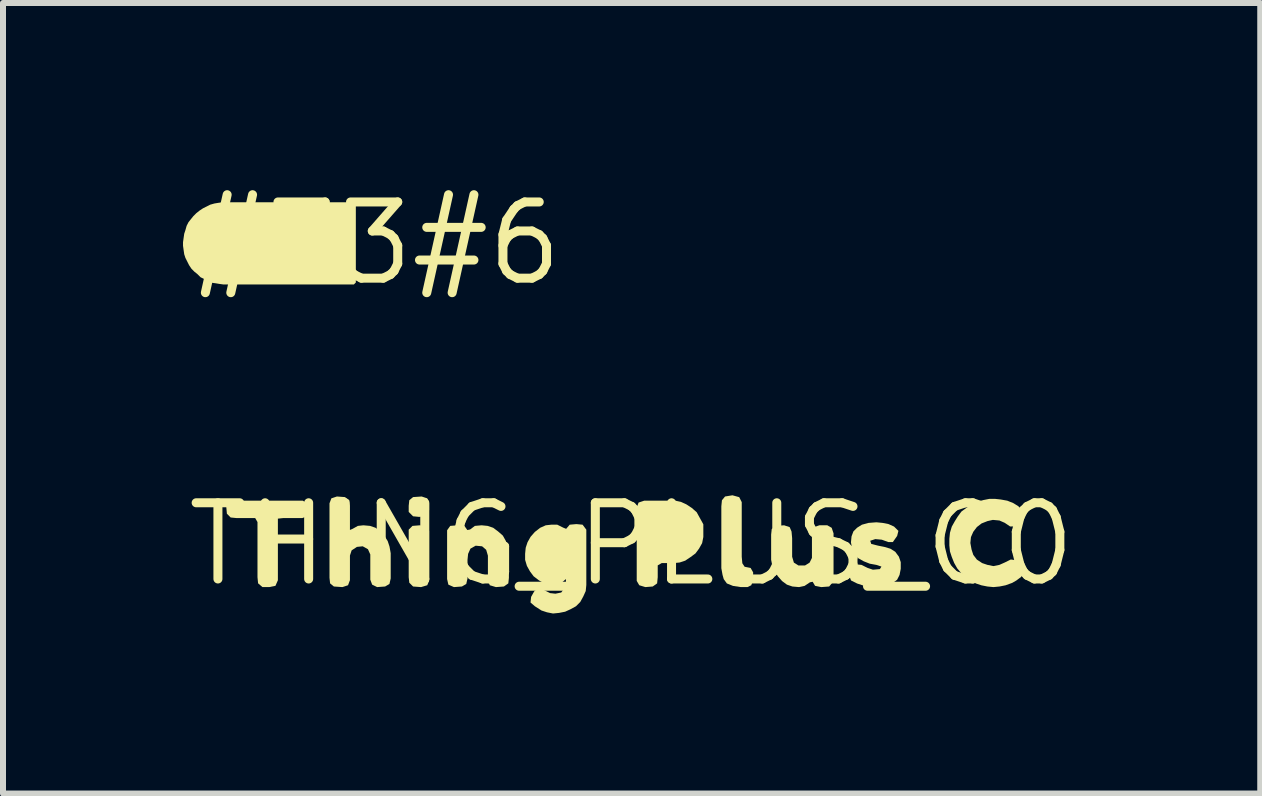
<source format=kicad_pcb>
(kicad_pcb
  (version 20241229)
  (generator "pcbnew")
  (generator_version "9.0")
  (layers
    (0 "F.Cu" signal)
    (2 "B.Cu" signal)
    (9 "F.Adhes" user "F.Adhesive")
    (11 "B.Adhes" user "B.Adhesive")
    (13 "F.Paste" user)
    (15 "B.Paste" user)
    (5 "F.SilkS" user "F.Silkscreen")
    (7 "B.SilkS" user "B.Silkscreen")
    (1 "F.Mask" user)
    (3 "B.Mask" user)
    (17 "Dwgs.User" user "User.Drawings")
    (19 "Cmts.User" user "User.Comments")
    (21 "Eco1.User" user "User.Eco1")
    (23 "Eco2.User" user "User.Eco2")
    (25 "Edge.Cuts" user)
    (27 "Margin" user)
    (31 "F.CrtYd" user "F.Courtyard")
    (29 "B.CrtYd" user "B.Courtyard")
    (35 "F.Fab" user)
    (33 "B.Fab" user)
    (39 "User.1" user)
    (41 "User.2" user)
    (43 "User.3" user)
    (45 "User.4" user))
  (footprint "THING_PLUS_C0"
    (layer "F.Cu")
    (at 7.476 6.019)
    (property "Reference" "THING_PLUS_C0" (at 0 0 0) (layer "F.SilkS") (effects (font (size 1.27 1.27) (thickness 0.15))))
    (fp_poly (pts (xy -3.417 -0.295) (xy -3.375 -0.221) (xy -3.375 0.611) (xy -3.406 0.684) (xy -3.509 0.715) (xy -3.642 0.705) (xy -3.705 0.642) (xy -3.715 0.55) (xy -3.715 -0.242) (xy -3.652 -0.305) (xy -3.53 -0.315)) (stroke (width 0) (type default)) (fill yes) (layer "F.SilkS"))
    (fp_poly (pts (xy -3.406 -0.764) (xy -3.375 -0.681) (xy -3.375 -0.569) (xy -3.406 -0.476) (xy -3.439 -0.465) (xy -3.54 -0.455) (xy -3.642 -0.465) (xy -3.715 -0.538) (xy -3.715 -0.64) (xy -3.705 -0.733) (xy -3.642 -0.785) (xy -3.499 -0.795)) (stroke (width 0) (type default)) (fill yes) (layer "F.SilkS"))
    (fp_poly (pts (xy 1.793 -0.784) (xy 1.835 -0.701) (xy 1.835 0.21) (xy 1.845 0.318) (xy 1.883 0.376) (xy 1.983 0.396) (xy 2.025 0.469) (xy 2.025 0.601) (xy 1.994 0.684) (xy 1.931 0.715) (xy 1.82 0.715) (xy 1.689 0.695) (xy 1.587 0.654) (xy 1.535 0.582) (xy 1.515 0.511) (xy 1.495 0.4) (xy 1.495 -0.63) (xy 1.505 -0.732) (xy 1.557 -0.795) (xy 1.68 -0.815)) (stroke (width 0) (type default)) (fill yes) (layer "F.SilkS"))
    (fp_poly (pts (xy -5.395 -0.673) (xy -5.385 -0.57) (xy -5.406 -0.466) (xy -5.489 -0.435) (xy -5.81 -0.435) (xy -5.895 -0.426) (xy -5.895 0.601) (xy -5.936 0.694) (xy -6.04 0.715) (xy -6.152 0.715) (xy -6.225 0.652) (xy -6.235 0.55) (xy -6.235 -0.369) (xy -6.273 -0.435) (xy -6.58 -0.435) (xy -6.682 -0.445) (xy -6.745 -0.508) (xy -6.755 -0.621) (xy -6.713 -0.704) (xy -6.61 -0.725) (xy -5.479 -0.725)) (stroke (width 0) (type default)) (fill yes) (layer "F.SilkS"))
    (fp_poly (pts (xy 0.822 -0.705) (xy 0.912 -0.664) (xy 1.003 -0.604) (xy 1.084 -0.533) (xy 1.134 -0.442) (xy 1.184 -0.352) (xy 1.195 -0.331) (xy 1.195 -0.12) (xy 1.175 -0.018) (xy 1.124 0.073) (xy 1.064 0.154) (xy 0.983 0.214) (xy 0.896 0.272) (xy 0.897 0.273) (xy 0.892 0.275) (xy 0.888 0.277) (xy 0.887 0.276) (xy 0.801 0.305) (xy 0.7 0.315) (xy 0.501 0.315) (xy 0.435 0.353) (xy 0.435 0.55) (xy 0.425 0.653) (xy 0.352 0.705) (xy 0.229 0.715) (xy 0.127 0.684) (xy 0.085 0.611) (xy 0.085 -0.611) (xy 0.116 -0.694) (xy 0.209 -0.725) (xy 0.731 -0.725)) (stroke (width 0) (type default)) (fill yes) (layer "F.SilkS"))
    (fp_poly (pts (xy -2.399 -0.305) (xy -2.308 -0.274) (xy -2.227 -0.214) (xy -2.146 -0.143) (xy -2.095 -0.052) (xy -2.065 0.039) (xy -2.045 0.14) (xy -2.045 0.56) (xy -2.055 0.653) (xy -2.128 0.705) (xy -2.261 0.715) (xy -2.364 0.684) (xy -2.395 0.601) (xy -2.395 0.191) (xy -2.424 0.093) (xy -2.492 0.035) (xy -2.599 0.025) (xy -2.686 0.074) (xy -2.725 0.161) (xy -2.735 0.26) (xy -2.735 0.571) (xy -2.756 0.663) (xy -2.828 0.705) (xy -2.961 0.715) (xy -3.054 0.674) (xy -3.075 0.581) (xy -3.075 -0.232) (xy -3.023 -0.305) (xy -2.9 -0.315) (xy -2.787 -0.305) (xy -2.738 -0.236) (xy -2.692 -0.245) (xy -2.612 -0.305) (xy -2.5 -0.315)) (stroke (width 0) (type default)) (fill yes) (layer "F.SilkS"))
    (fp_poly (pts (xy -4.778 -0.785) (xy -4.705 -0.733) (xy -4.695 -0.64) (xy -4.695 -0.237) (xy -4.652 -0.255) (xy -4.562 -0.305) (xy -4.47 -0.315) (xy -4.359 -0.305) (xy -4.268 -0.274) (xy -4.187 -0.214) (xy -4.116 -0.133) (xy -4.065 -0.052) (xy -4.035 0.039) (xy -4.015 0.15) (xy -4.015 0.571) (xy -4.036 0.663) (xy -4.108 0.705) (xy -4.241 0.715) (xy -4.324 0.674) (xy -4.355 0.591) (xy -4.355 0.171) (xy -4.394 0.084) (xy -4.481 0.035) (xy -4.578 0.045) (xy -4.666 0.103) (xy -4.695 0.191) (xy -4.695 0.601) (xy -4.726 0.684) (xy -4.819 0.715) (xy -4.962 0.705) (xy -5.025 0.653) (xy -5.035 0.56) (xy -5.035 -0.681) (xy -5.004 -0.764) (xy -4.911 -0.795)) (stroke (width 0) (type default)) (fill yes) (layer "F.SilkS"))
    (fp_poly (pts (xy 2.634 -0.284) (xy 2.665 -0.211) (xy 2.675 -0.1) (xy 2.675 0.209) (xy 2.704 0.307) (xy 2.781 0.355) (xy 2.889 0.355) (xy 2.966 0.307) (xy 3.005 0.229) (xy 3.005 -0.191) (xy 3.036 -0.284) (xy 3.129 -0.315) (xy 3.261 -0.315) (xy 3.334 -0.273) (xy 3.365 -0.181) (xy 3.365 0.54) (xy 3.345 0.642) (xy 3.292 0.705) (xy 3.16 0.715) (xy 3.057 0.694) (xy 3.017 0.626) (xy 2.972 0.635) (xy 2.882 0.695) (xy 2.79 0.715) (xy 2.679 0.705) (xy 2.588 0.674) (xy 2.507 0.614) (xy 2.436 0.533) (xy 2.386 0.452) (xy 2.345 0.362) (xy 2.325 0.26) (xy 2.325 -0.16) (xy 2.335 -0.253) (xy 2.408 -0.305) (xy 2.541 -0.315)) (stroke (width 0) (type default)) (fill yes) (layer "F.SilkS"))
    (fp_poly (pts (xy -0.817 -0.325) (xy -0.755 -0.242) (xy -0.755 0.68) (xy -0.765 0.781) (xy -0.806 0.872) (xy -0.856 0.963) (xy -0.927 1.034) (xy -1.018 1.084) (xy -1.108 1.125) (xy -1.209 1.145) (xy -1.31 1.155) (xy -1.411 1.135) (xy -1.502 1.105) (xy -1.613 1.034) (xy -1.685 0.972) (xy -1.675 0.878) (xy -1.624 0.787) (xy -1.551 0.724) (xy -1.458 0.765) (xy -1.359 0.815) (xy -1.27 0.825) (xy -1.173 0.805) (xy -1.115 0.728) (xy -1.095 0.63) (xy -1.095 0.581) (xy -1.157 0.634) (xy -1.249 0.665) (xy -1.36 0.675) (xy -1.452 0.655) (xy -1.543 0.604) (xy -1.634 0.534) (xy -1.694 0.453) (xy -1.745 0.362) (xy -1.775 0.261) (xy -1.775 0.16) (xy -1.765 0.059) (xy -1.735 -0.032) (xy -1.684 -0.123) (xy -1.613 -0.204) (xy -1.523 -0.274) (xy -1.431 -0.315) (xy -1.34 -0.325) (xy -1.239 -0.325) (xy -1.138 -0.275) (xy -1.091 -0.256) (xy -1.032 -0.325) (xy -0.92 -0.335)) (stroke (width 0) (type default)) (fill yes) (layer "F.SilkS"))
    (fp_poly (pts (xy 4.181 -0.355) (xy 4.282 -0.335) (xy 4.373 -0.294) (xy 4.446 -0.222) (xy 4.425 -0.138) (xy 4.353 -0.035) (xy 4.279 -0.035) (xy 4.169 -0.075) (xy 4.061 -0.085) (xy 3.976 -0.057) (xy 3.994 -0.004) (xy 4.111 0.025) (xy 4.211 0.045) (xy 4.312 0.075) (xy 4.393 0.126) (xy 4.454 0.208) (xy 4.485 0.299) (xy 4.485 0.41) (xy 4.465 0.512) (xy 4.424 0.593) (xy 4.342 0.654) (xy 4.251 0.685) (xy 4.161 0.705) (xy 4.05 0.715) (xy 3.949 0.715) (xy 3.848 0.685) (xy 3.758 0.655) (xy 3.656 0.604) (xy 3.625 0.52) (xy 3.666 0.427) (xy 3.738 0.335) (xy 3.831 0.345) (xy 3.932 0.395) (xy 4.021 0.425) (xy 4.137 0.415) (xy 4.163 0.373) (xy 4.079 0.345) (xy 3.969 0.325) (xy 3.868 0.285) (xy 3.777 0.234) (xy 3.716 0.163) (xy 3.675 0.072) (xy 3.655 -0.03) (xy 3.665 -0.131) (xy 3.696 -0.213) (xy 3.757 -0.274) (xy 3.838 -0.325) (xy 3.949 -0.355) (xy 4.08 -0.365)) (stroke (width 0) (type default)) (fill yes) (layer "F.SilkS"))
    (fp_poly (pts (xy 6.151 -0.745) (xy 6.261 -0.725) (xy 6.362 -0.684) (xy 6.443 -0.634) (xy 6.515 -0.562) (xy 6.525 -0.469) (xy 6.464 -0.367) (xy 6.382 -0.295) (xy 6.308 -0.295) (xy 6.218 -0.356) (xy 6.129 -0.395) (xy 6.02 -0.405) (xy 5.931 -0.385) (xy 5.832 -0.346) (xy 5.754 -0.286) (xy 5.694 -0.207) (xy 5.655 -0.119) (xy 5.645 -0.02) (xy 5.665 0.089) (xy 5.694 0.178) (xy 5.753 0.256) (xy 5.842 0.315) (xy 5.931 0.345) (xy 6.03 0.365) (xy 6.128 0.345) (xy 6.218 0.305) (xy 6.319 0.255) (xy 6.392 0.265) (xy 6.474 0.347) (xy 6.525 0.45) (xy 6.494 0.543) (xy 6.413 0.604) (xy 6.342 0.645) (xy 6.231 0.685) (xy 6.131 0.705) (xy 6.03 0.715) (xy 5.929 0.705) (xy 5.829 0.685) (xy 5.738 0.655) (xy 5.647 0.604) (xy 5.567 0.544) (xy 5.486 0.474) (xy 5.426 0.403) (xy 5.375 0.312) (xy 5.335 0.212) (xy 5.305 0.121) (xy 5.295 0.02) (xy 5.295 -0.09) (xy 5.305 -0.191) (xy 5.335 -0.292) (xy 5.386 -0.383) (xy 5.436 -0.463) (xy 5.496 -0.544) (xy 5.577 -0.604) (xy 5.668 -0.664) (xy 5.758 -0.705) (xy 5.859 -0.735) (xy 5.96 -0.755) (xy 6.06 -0.755)) (stroke (width 0) (type default)) (fill yes) (layer "F.SilkS")))
  (footprint "#33#6"
    (layer "F.Cu")
    (at 3.215 1.006)
    (property "Reference" "#33#6" (at 0 0 0) (layer "F.SilkS") (effects (font (size 1.27 1.27) (thickness 0.15))))
    (fp_poly (pts (xy -0.367 -0.685) (xy -0.335 -0.642) (xy -0.335 0.652) (xy -0.368 0.685) (xy -2.54 0.685) (xy -2.611 0.675) (xy -2.671 0.665) (xy -2.742 0.655) (xy -2.923 0.564) (xy -2.973 0.514) (xy -3.023 0.474) (xy -3.074 0.423) (xy -3.114 0.363) (xy -3.175 0.242) (xy -3.195 0.181) (xy -3.205 0.111) (xy -3.215 0.04) (xy -3.215 -0.02) (xy -3.205 -0.091) (xy -3.195 -0.161) (xy -3.175 -0.221) (xy -3.155 -0.292) (xy -3.124 -0.353) (xy -3.084 -0.403) (xy -3.044 -0.453) (xy -2.993 -0.504) (xy -2.943 -0.544) (xy -2.883 -0.584) (xy -2.762 -0.645) (xy -2.691 -0.665) (xy -2.631 -0.675) (xy -2.56 -0.685)) (stroke (width 0) (type default)) (fill yes) (layer "F.SilkS")))
  (gr_rect
    (start -3 -3)
    (end 17.952 10.174)
    (stroke (width 0.1) (type default))
    (fill no)
    (layer "Edge.Cuts")))
</source>
